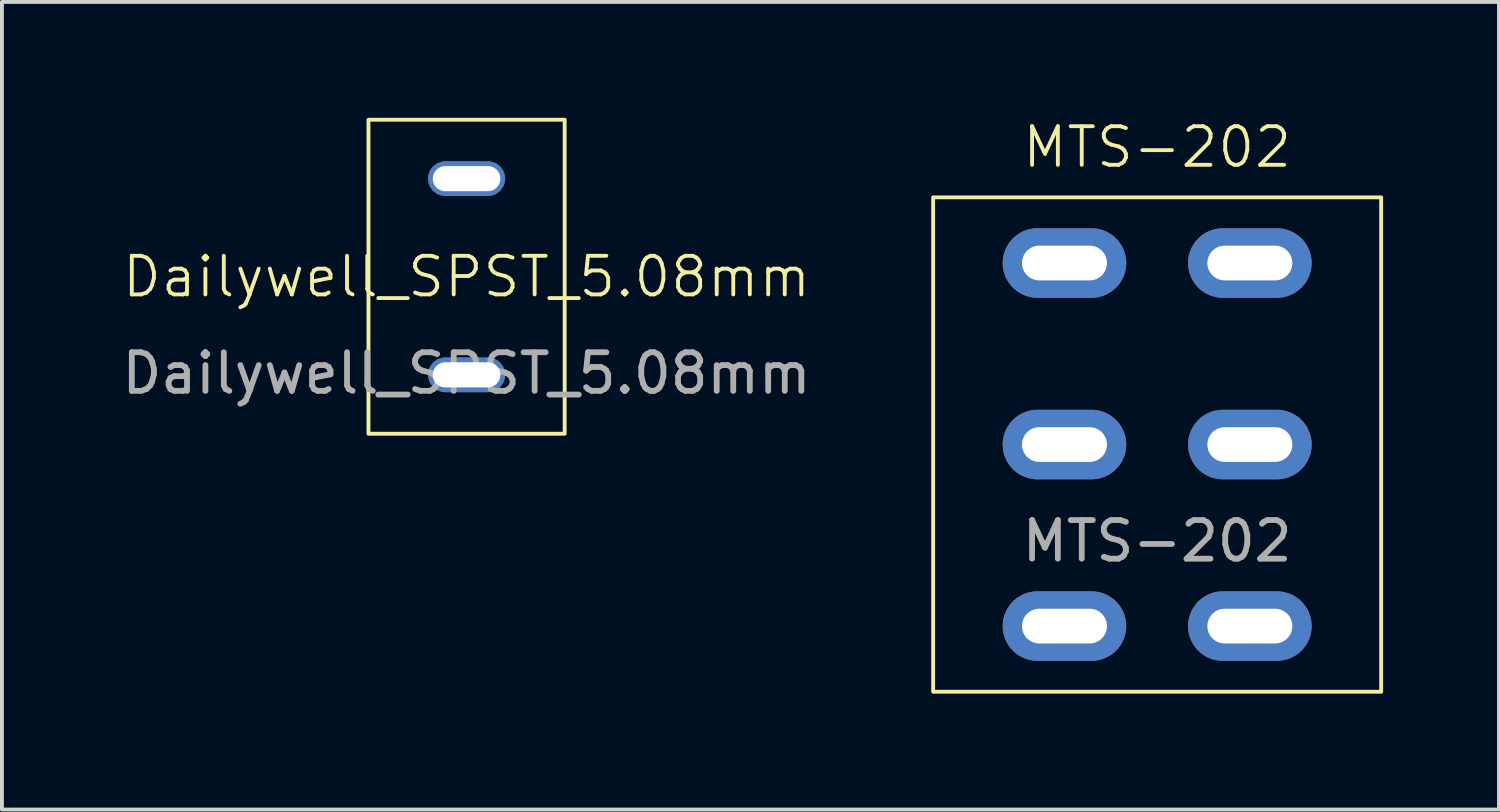
<source format=kicad_pcb>
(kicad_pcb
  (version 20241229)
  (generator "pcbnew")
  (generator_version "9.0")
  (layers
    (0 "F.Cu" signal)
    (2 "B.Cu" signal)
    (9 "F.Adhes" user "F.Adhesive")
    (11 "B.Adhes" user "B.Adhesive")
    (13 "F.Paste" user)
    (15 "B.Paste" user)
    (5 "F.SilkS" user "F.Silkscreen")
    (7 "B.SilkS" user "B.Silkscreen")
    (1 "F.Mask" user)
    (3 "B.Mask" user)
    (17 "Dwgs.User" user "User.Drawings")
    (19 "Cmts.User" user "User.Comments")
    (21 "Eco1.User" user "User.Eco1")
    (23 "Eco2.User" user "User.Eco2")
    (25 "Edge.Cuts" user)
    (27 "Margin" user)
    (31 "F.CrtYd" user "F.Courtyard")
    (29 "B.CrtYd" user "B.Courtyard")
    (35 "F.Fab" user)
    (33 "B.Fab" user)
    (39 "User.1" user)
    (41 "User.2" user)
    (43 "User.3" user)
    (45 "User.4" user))
  (footprint "Dailywell_SPST_5.08mm"
    (layer "F.Cu")
    (at 9.03 4.115)
    (property "Reference" "Dailywell_SPST_5.08mm" (at 0 0 0) (unlocked yes) (layer "F.SilkS") (effects (font (size 1 1) (thickness 0.1))))
    (attr smd)
    (fp_rect (start -2.54 -4.065) (end 2.54 4.065) (stroke (width 0.1) (type solid)) (fill no) (layer "F.SilkS"))
    (fp_text user "${REFERENCE}" (at 0 2.5 0) (unlocked yes) (layer "F.Fab") (effects (font (size 1 1) (thickness 0.15))))
    (pad "1" thru_hole roundrect (at 0 -2.54 90) (size 0.9 2) (drill oval 0.65 1.75) (layers "*.Cu" "*.Mask") (roundrect_rratio 0.5))
    (pad "2" thru_hole roundrect (at 0 2.54 90) (size 0.9 2) (drill oval 0.65 1.75) (layers "*.Cu" "*.Mask") (roundrect_rratio 0.5)))
  (footprint "MTS-202"
    (layer "F.Cu")
    (at 26.91 8.46)
    (property "Reference" "MTS-202" (at 0 -7.7 0) (unlocked yes) (layer "F.SilkS") (effects (font (size 1 1) (thickness 0.1))))
    (attr through_hole)
    (fp_rect (start -5.8 -6.4) (end 5.8 6.4) (stroke (width 0.1) (type solid)) (fill no) (layer "F.SilkS"))
    (fp_text user "${REFERENCE}" (at 0 2.5 0) (unlocked yes) (layer "F.Fab") (effects (font (size 1 1) (thickness 0.15))))
    (pad "1" thru_hole oval (at -2.4 -4.7) (size 3.2 1.8) (drill oval 2.2 0.9) (layers "*.Cu" "*.Mask"))
    (pad "2" thru_hole oval (at -2.4 0) (size 3.2 1.8) (drill oval 2.2 0.9) (layers "*.Cu" "*.Mask"))
    (pad "3" thru_hole oval (at -2.4 4.7) (size 3.2 1.8) (drill oval 2.2 0.9) (layers "*.Cu" "*.Mask"))
    (pad "4" thru_hole oval (at 2.4 -4.7) (size 3.2 1.8) (drill oval 2.2 0.9) (layers "*.Cu" "*.Mask"))
    (pad "5" thru_hole oval (at 2.4 0) (size 3.2 1.8) (drill oval 2.2 0.9) (layers "*.Cu" "*.Mask"))
    (pad "6" thru_hole oval (at 2.4 4.7) (size 3.2 1.8) (drill oval 2.2 0.9) (layers "*.Cu" "*.Mask")))
  (gr_rect
    (start -3 -3)
    (end 35.76 17.91)
    (stroke (width 0.1) (type default))
    (fill no)
    (layer "Edge.Cuts")))
</source>
